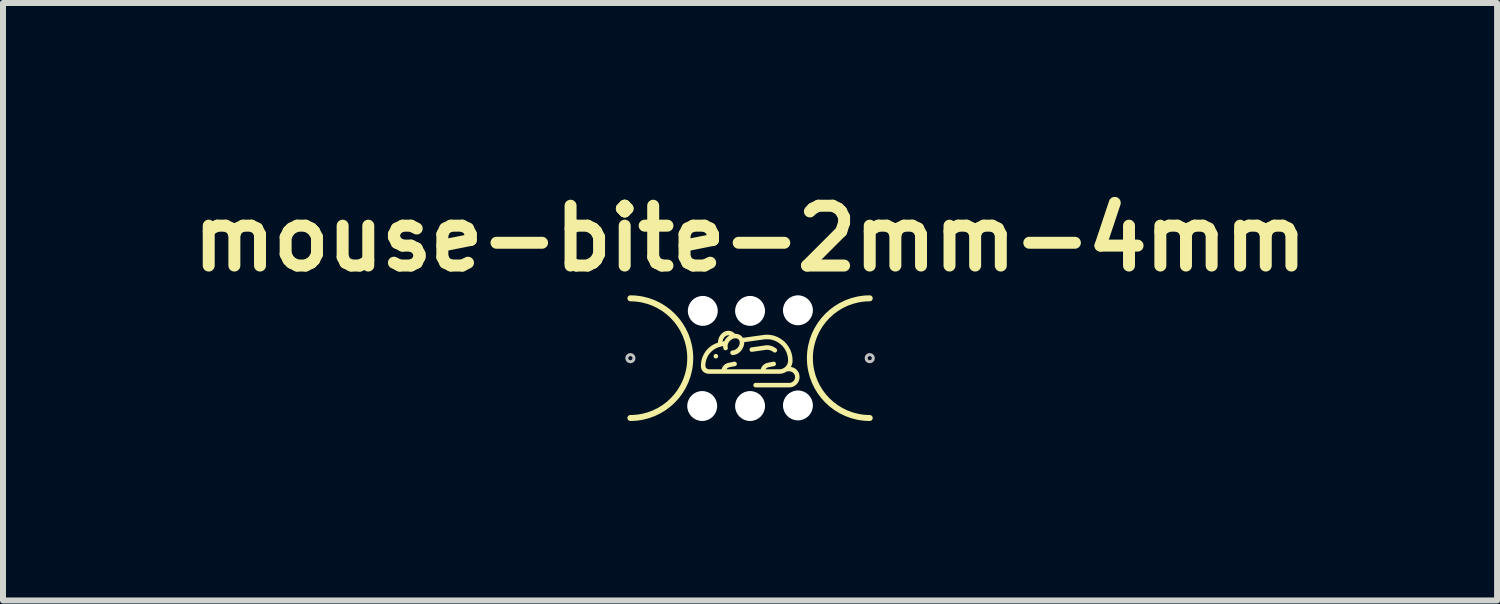
<source format=kicad_pcb>
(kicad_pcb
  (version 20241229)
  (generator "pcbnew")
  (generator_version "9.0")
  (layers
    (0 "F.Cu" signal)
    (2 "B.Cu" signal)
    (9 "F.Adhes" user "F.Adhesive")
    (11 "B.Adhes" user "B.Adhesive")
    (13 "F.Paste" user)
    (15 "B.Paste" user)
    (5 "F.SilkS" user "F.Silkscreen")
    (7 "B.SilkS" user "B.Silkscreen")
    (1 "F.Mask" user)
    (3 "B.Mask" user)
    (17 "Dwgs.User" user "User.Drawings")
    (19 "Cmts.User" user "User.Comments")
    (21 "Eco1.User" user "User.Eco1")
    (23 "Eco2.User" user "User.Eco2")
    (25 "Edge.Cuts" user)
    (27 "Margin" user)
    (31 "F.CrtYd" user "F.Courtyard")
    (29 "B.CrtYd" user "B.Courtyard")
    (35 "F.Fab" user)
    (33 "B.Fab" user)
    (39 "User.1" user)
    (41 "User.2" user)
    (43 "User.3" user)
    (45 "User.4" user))
  (footprint "mouse-bite-2mm-4mm"
    (layer "F.Cu")
    (at 9.486 2.936)
    (property "Reference" "mouse-bite-2mm-4mm" (at 0 -2 0) (layer "F.SilkS") (effects (font (size 1 1) (thickness 0.2))))
    (attr through_hole)
    (fp_arc (start -2 -1) (mid -1 0) (end -2 1) (stroke (width 0.1) (type solid)) (layer "F.SilkS"))
    (fp_arc (start 2 1) (mid 1 0) (end 2 -1) (stroke (width 0.1) (type solid)) (layer "F.SilkS"))
    (fp_poly (pts (xy -0.57 -0.07) (xy -0.568 -0.07) (xy -0.566 -0.07) (xy -0.564 -0.069) (xy -0.563 -0.069) (xy -0.561 -0.068) (xy -0.559 -0.068) (xy -0.557 -0.067) (xy -0.556 -0.066) (xy -0.554 -0.066) (xy -0.552 -0.065) (xy -0.551 -0.064) (xy -0.549 -0.063) (xy -0.548 -0.061) (xy -0.547 -0.06) (xy -0.545 -0.059) (xy -0.544 -0.058) (xy -0.543 -0.056) (xy -0.542 -0.055) (xy -0.541 -0.053) (xy -0.54 -0.052) (xy -0.539 -0.05) (xy -0.538 -0.049) (xy -0.537 -0.047) (xy -0.537 -0.045) (xy -0.536 -0.044) (xy -0.536 -0.042) (xy -0.535 -0.04) (xy -0.535 -0.038) (xy -0.535 -0.036) (xy -0.534 -0.034) (xy -0.534 -0.032) (xy -0.534 -0.031) (xy -0.535 -0.029) (xy -0.535 -0.027) (xy -0.535 -0.025) (xy -0.536 -0.023) (xy -0.536 -0.021) (xy -0.537 -0.02) (xy -0.537 -0.018) (xy -0.538 -0.016) (xy -0.539 -0.015) (xy -0.54 -0.013) (xy -0.541 -0.011) (xy -0.542 -0.01) (xy -0.543 -0.009) (xy -0.544 -0.007) (xy -0.545 -0.006) (xy -0.547 -0.005) (xy -0.548 -0.003) (xy -0.549 -0.002) (xy -0.551 -0.001) (xy -0.552 -0.000302) (xy -0.554 0.001) (xy -0.556 0.001) (xy -0.557 0.002) (xy -0.559 0.003) (xy -0.561 0.003) (xy -0.563 0.004) (xy -0.564 0.004) (xy -0.566 0.005) (xy -0.568 0.005) (xy -0.57 0.005) (xy -0.572 0.005) (xy -0.574 0.005) (xy -0.576 0.005) (xy -0.578 0.005) (xy -0.58 0.004) (xy -0.581 0.004) (xy -0.583 0.003) (xy -0.585 0.003) (xy -0.587 0.002) (xy -0.588 0.001) (xy -0.59 0.001) (xy -0.591 -0.000302) (xy -0.593 -0.001) (xy -0.594 -0.002) (xy -0.596 -0.003) (xy -0.597 -0.005) (xy -0.599 -0.006) (xy -0.6 -0.007) (xy -0.601 -0.009) (xy -0.602 -0.01) (xy -0.603 -0.011) (xy -0.604 -0.013) (xy -0.605 -0.015) (xy -0.606 -0.016) (xy -0.607 -0.018) (xy -0.607 -0.02) (xy -0.608 -0.021) (xy -0.608 -0.023) (xy -0.609 -0.025) (xy -0.609 -0.027) (xy -0.609 -0.029) (xy -0.609 -0.031) (xy -0.61 -0.032) (xy -0.609 -0.034) (xy -0.609 -0.036) (xy -0.609 -0.038) (xy -0.609 -0.04) (xy -0.608 -0.042) (xy -0.608 -0.044) (xy -0.607 -0.045) (xy -0.607 -0.047) (xy -0.606 -0.049) (xy -0.605 -0.05) (xy -0.604 -0.052) (xy -0.603 -0.053) (xy -0.602 -0.055) (xy -0.601 -0.056) (xy -0.6 -0.058) (xy -0.599 -0.059) (xy -0.597 -0.06) (xy -0.596 -0.061) (xy -0.594 -0.063) (xy -0.593 -0.064) (xy -0.591 -0.065) (xy -0.59 -0.066) (xy -0.588 -0.066) (xy -0.587 -0.067) (xy -0.585 -0.068) (xy -0.583 -0.068) (xy -0.581 -0.069) (xy -0.58 -0.069) (xy -0.578 -0.07) (xy -0.576 -0.07) (xy -0.574 -0.07) (xy -0.572 -0.07)) (stroke (width -0.000001) (type solid)) (fill yes) (layer "F.SilkS"))
    (fp_poly (pts (xy 0.288 -0.215) (xy 0.296 -0.215) (xy 0.303 -0.214) (xy 0.31 -0.214) (xy 0.316 -0.213) (xy 0.323 -0.212) (xy 0.33 -0.211) (xy 0.337 -0.209) (xy 0.343 -0.208) (xy 0.35 -0.206) (xy 0.356 -0.204) (xy 0.362 -0.202) (xy 0.367 -0.2) (xy 0.373 -0.198) (xy 0.378 -0.196) (xy 0.383 -0.194) (xy 0.388 -0.191) (xy 0.394 -0.189) (xy 0.399 -0.186) (xy 0.404 -0.183) (xy 0.409 -0.18) (xy 0.414 -0.177) (xy 0.418 -0.174) (xy 0.423 -0.171) (xy 0.428 -0.168) (xy 0.432 -0.164) (xy 0.437 -0.161) (xy 0.439 -0.16) (xy 0.44 -0.158) (xy 0.441 -0.157) (xy 0.443 -0.156) (xy 0.444 -0.154) (xy 0.445 -0.153) (xy 0.446 -0.151) (xy 0.447 -0.149) (xy 0.448 -0.148) (xy 0.448 -0.146) (xy 0.449 -0.144) (xy 0.45 -0.143) (xy 0.45 -0.141) (xy 0.451 -0.139) (xy 0.451 -0.138) (xy 0.451 -0.136) (xy 0.451 -0.134) (xy 0.451 -0.132) (xy 0.451 -0.13) (xy 0.451 -0.129) (xy 0.451 -0.127) (xy 0.451 -0.125) (xy 0.45 -0.123) (xy 0.45 -0.121) (xy 0.449 -0.12) (xy 0.449 -0.118) (xy 0.448 -0.116) (xy 0.447 -0.114) (xy 0.446 -0.113) (xy 0.445 -0.111) (xy 0.444 -0.11) (xy 0.443 -0.108) (xy 0.442 -0.106) (xy 0.44 -0.105) (xy 0.439 -0.103) (xy 0.437 -0.102) (xy 0.435 -0.101) (xy 0.434 -0.099) (xy 0.432 -0.098) (xy 0.43 -0.097) (xy 0.428 -0.097) (xy 0.426 -0.096) (xy 0.424 -0.095) (xy 0.422 -0.095) (xy 0.42 -0.094) (xy 0.418 -0.094) (xy 0.416 -0.094) (xy 0.414 -0.094) (xy 0.412 -0.094) (xy 0.41 -0.094) (xy 0.408 -0.094) (xy 0.406 -0.094) (xy 0.405 -0.095) (xy 0.403 -0.095) (xy 0.402 -0.095) (xy 0.4 -0.096) (xy 0.399 -0.096) (xy 0.398 -0.097) (xy 0.396 -0.098) (xy 0.395 -0.098) (xy 0.394 -0.099) (xy 0.393 -0.1) (xy 0.392 -0.101) (xy 0.39 -0.102) (xy 0.387 -0.104) (xy 0.384 -0.107) (xy 0.38 -0.109) (xy 0.377 -0.111) (xy 0.374 -0.114) (xy 0.37 -0.116) (xy 0.367 -0.118) (xy 0.363 -0.12) (xy 0.36 -0.121) (xy 0.356 -0.123) (xy 0.352 -0.125) (xy 0.349 -0.127) (xy 0.345 -0.128) (xy 0.341 -0.13) (xy 0.337 -0.131) (xy 0.333 -0.132) (xy 0.33 -0.133) (xy 0.327 -0.134) (xy 0.324 -0.135) (xy 0.321 -0.136) (xy 0.315 -0.137) (xy 0.309 -0.138) (xy 0.303 -0.139) (xy 0.296 -0.139) (xy 0.289 -0.14) (xy 0.283 -0.14) (xy 0.277 -0.14) (xy 0.272 -0.14) (xy 0.269 -0.139) (xy 0.266 -0.139) (xy 0.263 -0.139) (xy 0.261 -0.139) (xy 0.255 -0.138) (xy 0.034 -0.106) (xy 0.032 -0.106) (xy 0.03 -0.105) (xy 0.029 -0.105) (xy 0.027 -0.105) (xy 0.025 -0.106) (xy 0.023 -0.106) (xy 0.021 -0.106) (xy 0.019 -0.107) (xy 0.018 -0.107) (xy 0.016 -0.108) (xy 0.014 -0.108) (xy 0.013 -0.109) (xy 0.011 -0.11) (xy 0.009 -0.111) (xy 0.008 -0.112) (xy 0.006 -0.113) (xy 0.005 -0.114) (xy 0.004 -0.115) (xy 0.002 -0.116) (xy 0.001 -0.118) (xy -0.000171 -0.119) (xy -0.001 -0.121) (xy -0.002 -0.122) (xy -0.003 -0.124) (xy -0.004 -0.125) (xy -0.005 -0.127) (xy -0.006 -0.129) (xy -0.007 -0.13) (xy -0.007 -0.132) (xy -0.008 -0.134) (xy -0.008 -0.136) (xy -0.008 -0.138) (xy -0.009 -0.14) (xy -0.009 -0.141) (xy -0.009 -0.143) (xy -0.009 -0.145) (xy -0.009 -0.147) (xy -0.008 -0.149) (xy -0.008 -0.151) (xy -0.008 -0.153) (xy -0.007 -0.154) (xy -0.006 -0.156) (xy -0.006 -0.158) (xy -0.005 -0.159) (xy -0.004 -0.161) (xy -0.003 -0.163) (xy -0.002 -0.164) (xy -0.001 -0.166) (xy -0.000122 -0.167) (xy 0.001 -0.168) (xy 0.002 -0.17) (xy 0.004 -0.171) (xy 0.005 -0.172) (xy 0.006 -0.173) (xy 0.008 -0.174) (xy 0.009 -0.175) (xy 0.011 -0.176) (xy 0.013 -0.177) (xy 0.014 -0.178) (xy 0.016 -0.178) (xy 0.018 -0.179) (xy 0.02 -0.18) (xy 0.022 -0.18) (xy 0.024 -0.18) (xy 0.245 -0.212) (xy 0.252 -0.213) (xy 0.26 -0.214) (xy 0.267 -0.215) (xy 0.274 -0.215) (xy 0.281 -0.215)) (stroke (width -0.000001) (type solid)) (fill yes) (layer "F.SilkS"))
    (fp_poly (pts (xy -0.35 -0.457) (xy -0.342 -0.456) (xy -0.335 -0.455) (xy -0.329 -0.454) (xy -0.323 -0.452) (xy -0.317 -0.45) (xy -0.311 -0.448) (xy -0.305 -0.445) (xy -0.299 -0.443) (xy -0.293 -0.44) (xy -0.288 -0.436) (xy -0.282 -0.433) (xy -0.277 -0.429) (xy -0.272 -0.425) (xy -0.267 -0.421) (xy -0.262 -0.417) (xy -0.257 -0.412) (xy -0.253 -0.407) (xy -0.246 -0.407) (xy -0.24 -0.407) (xy -0.234 -0.407) (xy -0.228 -0.406) (xy -0.222 -0.405) (xy -0.216 -0.404) (xy -0.21 -0.403) (xy -0.204 -0.402) (xy -0.198 -0.4) (xy -0.192 -0.398) (xy -0.187 -0.396) (xy -0.181 -0.393) (xy -0.176 -0.391) (xy -0.17 -0.388) (xy -0.165 -0.385) (xy -0.16 -0.382) (xy -0.157 -0.379) (xy -0.154 -0.377) (xy -0.151 -0.375) (xy -0.149 -0.373) (xy -0.146 -0.37) (xy -0.143 -0.368) (xy -0.14 -0.365) (xy -0.138 -0.363) (xy -0.135 -0.36) (xy -0.133 -0.357) (xy -0.131 -0.354) (xy -0.128 -0.352) (xy -0.126 -0.349) (xy -0.124 -0.346) (xy -0.122 -0.343) (xy -0.12 -0.34) (xy 0.221 -0.387) (xy 0.233 -0.389) (xy 0.245 -0.39) (xy 0.257 -0.391) (xy 0.269 -0.391) (xy 0.281 -0.392) (xy 0.293 -0.392) (xy 0.305 -0.391) (xy 0.317 -0.39) (xy 0.329 -0.389) (xy 0.341 -0.388) (xy 0.353 -0.386) (xy 0.365 -0.384) (xy 0.376 -0.381) (xy 0.388 -0.379) (xy 0.399 -0.376) (xy 0.41 -0.372) (xy 0.443 -0.36) (xy 0.474 -0.346) (xy 0.504 -0.329) (xy 0.532 -0.31) (xy 0.559 -0.289) (xy 0.584 -0.267) (xy 0.606 -0.242) (xy 0.627 -0.216) (xy 0.646 -0.188) (xy 0.662 -0.159) (xy 0.677 -0.129) (xy 0.688 -0.097) (xy 0.698 -0.065) (xy 0.705 -0.031) (xy 0.709 0.003) (xy 0.71 0.038) (xy 0.71 0.046) (xy 0.71 0.053) (xy 0.709 0.06) (xy 0.709 0.067) (xy 0.708 0.074) (xy 0.706 0.081) (xy 0.705 0.088) (xy 0.703 0.095) (xy 0.701 0.102) (xy 0.699 0.109) (xy 0.697 0.115) (xy 0.694 0.122) (xy 0.691 0.128) (xy 0.689 0.135) (xy 0.685 0.141) (xy 0.682 0.147) (xy 0.697 0.15) (xy 0.712 0.154) (xy 0.726 0.159) (xy 0.739 0.166) (xy 0.746 0.169) (xy 0.752 0.173) (xy 0.758 0.177) (xy 0.764 0.181) (xy 0.769 0.186) (xy 0.775 0.191) (xy 0.78 0.196) (xy 0.785 0.201) (xy 0.79 0.207) (xy 0.794 0.213) (xy 0.798 0.219) (xy 0.802 0.225) (xy 0.806 0.231) (xy 0.81 0.238) (xy 0.813 0.245) (xy 0.816 0.252) (xy 0.818 0.259) (xy 0.82 0.267) (xy 0.822 0.275) (xy 0.824 0.283) (xy 0.825 0.291) (xy 0.826 0.299) (xy 0.826 0.308) (xy 0.827 0.317) (xy 0.826 0.326) (xy 0.826 0.334) (xy 0.825 0.343) (xy 0.823 0.351) (xy 0.821 0.36) (xy 0.819 0.368) (xy 0.816 0.376) (xy 0.813 0.384) (xy 0.81 0.391) (xy 0.806 0.399) (xy 0.802 0.406) (xy 0.797 0.413) (xy 0.792 0.419) (xy 0.787 0.426) (xy 0.782 0.432) (xy 0.776 0.438) (xy 0.77 0.444) (xy 0.764 0.449) (xy 0.757 0.454) (xy 0.751 0.459) (xy 0.744 0.464) (xy 0.737 0.468) (xy 0.729 0.472) (xy 0.722 0.475) (xy 0.714 0.478) (xy 0.706 0.481) (xy 0.698 0.483) (xy 0.689 0.485) (xy 0.681 0.487) (xy 0.672 0.488) (xy 0.664 0.488) (xy 0.655 0.489) (xy 0.093 0.489) (xy 0.091 0.488) (xy 0.089 0.488) (xy 0.087 0.488) (xy 0.085 0.488) (xy 0.083 0.487) (xy 0.082 0.487) (xy 0.08 0.486) (xy 0.078 0.486) (xy 0.076 0.485) (xy 0.075 0.484) (xy 0.073 0.483) (xy 0.072 0.482) (xy 0.07 0.481) (xy 0.069 0.48) (xy 0.068 0.479) (xy 0.066 0.478) (xy 0.065 0.476) (xy 0.064 0.475) (xy 0.063 0.473) (xy 0.062 0.472) (xy 0.061 0.47) (xy 0.06 0.469) (xy 0.059 0.467) (xy 0.058 0.466) (xy 0.057 0.464) (xy 0.057 0.462) (xy 0.056 0.46) (xy 0.056 0.459) (xy 0.056 0.457) (xy 0.055 0.455) (xy 0.055 0.453) (xy 0.055 0.451) (xy 0.055 0.449) (xy 0.055 0.447) (xy 0.056 0.445) (xy 0.056 0.443) (xy 0.056 0.442) (xy 0.057 0.44) (xy 0.057 0.438) (xy 0.058 0.436) (xy 0.059 0.435) (xy 0.06 0.433) (xy 0.061 0.431) (xy 0.062 0.43) (xy 0.063 0.428) (xy 0.064 0.427) (xy 0.065 0.426) (xy 0.066 0.424) (xy 0.068 0.423) (xy 0.069 0.422) (xy 0.07 0.421) (xy 0.072 0.42) (xy 0.073 0.419) (xy 0.075 0.418) (xy 0.076 0.417) (xy 0.078 0.416) (xy 0.08 0.416) (xy 0.082 0.415) (xy 0.083 0.415) (xy 0.085 0.414) (xy 0.087 0.414) (xy 0.089 0.414) (xy 0.091 0.413) (xy 0.093 0.413) (xy 0.655 0.413) (xy 0.66 0.413) (xy 0.665 0.413) (xy 0.67 0.412) (xy 0.674 0.411) (xy 0.679 0.41) (xy 0.684 0.409) (xy 0.688 0.407) (xy 0.692 0.406) (xy 0.697 0.404) (xy 0.701 0.402) (xy 0.705 0.399) (xy 0.709 0.397) (xy 0.713 0.394) (xy 0.716 0.391) (xy 0.72 0.388) (xy 0.723 0.385) (xy 0.726 0.382) (xy 0.729 0.378) (xy 0.732 0.374) (xy 0.735 0.371) (xy 0.738 0.367) (xy 0.74 0.363) (xy 0.742 0.359) (xy 0.744 0.354) (xy 0.746 0.35) (xy 0.747 0.345) (xy 0.749 0.341) (xy 0.75 0.336) (xy 0.75 0.331) (xy 0.751 0.327) (xy 0.751 0.322) (xy 0.752 0.317) (xy 0.751 0.312) (xy 0.751 0.307) (xy 0.75 0.302) (xy 0.75 0.297) (xy 0.749 0.293) (xy 0.747 0.288) (xy 0.746 0.283) (xy 0.744 0.279) (xy 0.742 0.275) (xy 0.74 0.271) (xy 0.738 0.267) (xy 0.735 0.263) (xy 0.732 0.259) (xy 0.729 0.255) (xy 0.726 0.252) (xy 0.723 0.248) (xy 0.72 0.245) (xy 0.716 0.242) (xy 0.713 0.239) (xy 0.709 0.237) (xy 0.705 0.234) (xy 0.701 0.232) (xy 0.697 0.23) (xy 0.692 0.228) (xy 0.688 0.226) (xy 0.684 0.224) (xy 0.679 0.223) (xy 0.674 0.222) (xy 0.67 0.221) (xy 0.665 0.22) (xy 0.66 0.22) (xy 0.655 0.22) (xy 0.617 0.22) (xy 0.61 0.225) (xy 0.603 0.229) (xy 0.595 0.233) (xy 0.588 0.237) (xy 0.58 0.241) (xy 0.573 0.244) (xy 0.565 0.247) (xy 0.557 0.25) (xy 0.548 0.253) (xy 0.54 0.255) (xy 0.532 0.257) (xy 0.523 0.258) (xy 0.514 0.26) (xy 0.506 0.26) (xy 0.497 0.261) (xy 0.488 0.261) (xy -0.685 0.261) (xy -0.699 0.261) (xy -0.706 0.26) (xy -0.713 0.259) (xy -0.719 0.258) (xy -0.726 0.256) (xy -0.732 0.255) (xy -0.738 0.253) (xy -0.744 0.25) (xy -0.75 0.248) (xy -0.756 0.245) (xy -0.761 0.242) (xy -0.767 0.238) (xy -0.772 0.235) (xy -0.777 0.231) (xy -0.781 0.227) (xy -0.786 0.222) (xy -0.79 0.218) (xy -0.794 0.213) (xy -0.798 0.208) (xy -0.802 0.202) (xy -0.805 0.197) (xy -0.808 0.191) (xy -0.811 0.184) (xy -0.813 0.178) (xy -0.815 0.171) (xy -0.817 0.164) (xy -0.819 0.157) (xy -0.82 0.149) (xy -0.821 0.141) (xy -0.821 0.133) (xy -0.821 0.125) (xy -0.746 0.125) (xy -0.746 0.128) (xy -0.746 0.131) (xy -0.746 0.134) (xy -0.745 0.137) (xy -0.744 0.14) (xy -0.743 0.143) (xy -0.743 0.146) (xy -0.741 0.149) (xy -0.74 0.152) (xy -0.739 0.154) (xy -0.737 0.157) (xy -0.736 0.159) (xy -0.734 0.162) (xy -0.732 0.164) (xy -0.73 0.166) (xy -0.728 0.168) (xy -0.726 0.17) (xy -0.724 0.172) (xy -0.722 0.174) (xy -0.719 0.176) (xy -0.717 0.177) (xy -0.714 0.179) (xy -0.712 0.18) (xy -0.709 0.181) (xy -0.706 0.182) (xy -0.703 0.183) (xy -0.7 0.184) (xy -0.698 0.185) (xy -0.695 0.185) (xy -0.691 0.186) (xy -0.688 0.186) (xy -0.685 0.186) (xy -0.475 0.186) (xy -0.472 0.176) (xy -0.469 0.167) (xy -0.465 0.157) (xy -0.46 0.148) (xy -0.454 0.14) (xy -0.448 0.132) (xy -0.441 0.124) (xy -0.434 0.116) (xy -0.427 0.11) (xy -0.418 0.103) (xy -0.41 0.098) (xy -0.401 0.093) (xy -0.392 0.088) (xy -0.382 0.084) (xy -0.372 0.081) (xy -0.361 0.078) (xy -0.266 0.059) (xy -0.264 0.059) (xy -0.262 0.059) (xy -0.26 0.059) (xy -0.258 0.059) (xy -0.257 0.059) (xy -0.255 0.059) (xy -0.253 0.059) (xy -0.251 0.059) (xy -0.249 0.06) (xy -0.247 0.06) (xy -0.246 0.061) (xy -0.244 0.062) (xy -0.242 0.062) (xy -0.241 0.063) (xy -0.239 0.064) (xy -0.238 0.065) (xy -0.236 0.066) (xy -0.235 0.067) (xy -0.233 0.068) (xy -0.232 0.07) (xy -0.231 0.071) (xy -0.23 0.072) (xy -0.229 0.074) (xy -0.227 0.075) (xy -0.226 0.077) (xy -0.226 0.078) (xy -0.225 0.08) (xy -0.224 0.082) (xy -0.223 0.083) (xy -0.223 0.085) (xy -0.222 0.087) (xy -0.222 0.089) (xy -0.221 0.091) (xy -0.221 0.093) (xy -0.221 0.095) (xy -0.221 0.096) (xy -0.221 0.098) (xy -0.221 0.1) (xy -0.221 0.102) (xy -0.222 0.104) (xy -0.222 0.106) (xy -0.223 0.107) (xy -0.223 0.109) (xy -0.224 0.111) (xy -0.225 0.112) (xy -0.225 0.114) (xy -0.226 0.116) (xy -0.227 0.117) (xy -0.228 0.119) (xy -0.229 0.12) (xy -0.231 0.121) (xy -0.232 0.123) (xy -0.233 0.124) (xy -0.234 0.125) (xy -0.236 0.126) (xy -0.237 0.127) (xy -0.239 0.128) (xy -0.241 0.129) (xy -0.242 0.13) (xy -0.244 0.131) (xy -0.246 0.132) (xy -0.247 0.132) (xy -0.249 0.133) (xy -0.251 0.133) (xy -0.347 0.152) (xy -0.35 0.153) (xy -0.354 0.154) (xy -0.358 0.155) (xy -0.361 0.157) (xy -0.365 0.158) (xy -0.368 0.16) (xy -0.371 0.162) (xy -0.374 0.164) (xy -0.377 0.167) (xy -0.38 0.169) (xy -0.383 0.172) (xy -0.386 0.174) (xy -0.388 0.177) (xy -0.39 0.18) (xy -0.393 0.183) (xy -0.395 0.186) (xy 0.178 0.186) (xy 0.181 0.176) (xy 0.185 0.167) (xy 0.189 0.157) (xy 0.194 0.148) (xy 0.2 0.14) (xy 0.206 0.132) (xy 0.212 0.124) (xy 0.22 0.116) (xy 0.227 0.11) (xy 0.235 0.103) (xy 0.244 0.098) (xy 0.253 0.093) (xy 0.262 0.088) (xy 0.272 0.084) (xy 0.282 0.081) (xy 0.292 0.078) (xy 0.388 0.059) (xy 0.39 0.059) (xy 0.392 0.059) (xy 0.394 0.059) (xy 0.395 0.059) (xy 0.397 0.059) (xy 0.399 0.059) (xy 0.401 0.059) (xy 0.403 0.059) (xy 0.405 0.06) (xy 0.406 0.06) (xy 0.408 0.061) (xy 0.41 0.062) (xy 0.411 0.062) (xy 0.413 0.063) (xy 0.415 0.064) (xy 0.416 0.065) (xy 0.418 0.066) (xy 0.419 0.067) (xy 0.42 0.068) (xy 0.422 0.07) (xy 0.423 0.071) (xy 0.424 0.072) (xy 0.425 0.074) (xy 0.426 0.075) (xy 0.427 0.077) (xy 0.428 0.078) (xy 0.429 0.08) (xy 0.43 0.082) (xy 0.431 0.083) (xy 0.431 0.085) (xy 0.432 0.087) (xy 0.432 0.089) (xy 0.432 0.091) (xy 0.433 0.093) (xy 0.433 0.095) (xy 0.433 0.096) (xy 0.433 0.098) (xy 0.433 0.1) (xy 0.432 0.102) (xy 0.432 0.104) (xy 0.432 0.106) (xy 0.431 0.107) (xy 0.431 0.109) (xy 0.43 0.111) (xy 0.429 0.112) (xy 0.428 0.114) (xy 0.427 0.116) (xy 0.427 0.117) (xy 0.425 0.119) (xy 0.424 0.12) (xy 0.423 0.121) (xy 0.422 0.123) (xy 0.421 0.124) (xy 0.419 0.125) (xy 0.418 0.126) (xy 0.416 0.127) (xy 0.415 0.128) (xy 0.413 0.129) (xy 0.412 0.13) (xy 0.41 0.131) (xy 0.408 0.132) (xy 0.406 0.132) (xy 0.405 0.133) (xy 0.403 0.133) (xy 0.307 0.152) (xy 0.303 0.153) (xy 0.3 0.154) (xy 0.296 0.155) (xy 0.293 0.157) (xy 0.289 0.158) (xy 0.286 0.16) (xy 0.282 0.162) (xy 0.279 0.164) (xy 0.276 0.167) (xy 0.273 0.169) (xy 0.271 0.172) (xy 0.268 0.174) (xy 0.266 0.177) (xy 0.263 0.18) (xy 0.261 0.183) (xy 0.259 0.186) (xy 0.488 0.186) (xy 0.495 0.186) (xy 0.503 0.185) (xy 0.51 0.184) (xy 0.518 0.183) (xy 0.525 0.181) (xy 0.532 0.179) (xy 0.538 0.177) (xy 0.545 0.174) (xy 0.552 0.172) (xy 0.558 0.168) (xy 0.564 0.165) (xy 0.57 0.161) (xy 0.576 0.157) (xy 0.582 0.152) (xy 0.587 0.148) (xy 0.592 0.143) (xy 0.597 0.138) (xy 0.602 0.132) (xy 0.606 0.127) (xy 0.61 0.121) (xy 0.614 0.115) (xy 0.618 0.109) (xy 0.621 0.102) (xy 0.624 0.096) (xy 0.626 0.089) (xy 0.629 0.082) (xy 0.631 0.075) (xy 0.632 0.068) (xy 0.634 0.061) (xy 0.635 0.054) (xy 0.635 0.046) (xy 0.635 0.038) (xy 0.635 0.024) (xy 0.634 0.01) (xy 0.633 -0.005) (xy 0.631 -0.019) (xy 0.628 -0.033) (xy 0.625 -0.046) (xy 0.621 -0.06) (xy 0.617 -0.073) (xy 0.613 -0.086) (xy 0.607 -0.099) (xy 0.602 -0.112) (xy 0.596 -0.124) (xy 0.589 -0.137) (xy 0.582 -0.149) (xy 0.575 -0.16) (xy 0.567 -0.171) (xy 0.558 -0.182) (xy 0.549 -0.193) (xy 0.54 -0.203) (xy 0.531 -0.213) (xy 0.521 -0.223) (xy 0.51 -0.232) (xy 0.499 -0.241) (xy 0.488 -0.249) (xy 0.477 -0.257) (xy 0.465 -0.265) (xy 0.453 -0.272) (xy 0.44 -0.279) (xy 0.428 -0.285) (xy 0.414 -0.291) (xy 0.401 -0.296) (xy 0.387 -0.3) (xy 0.378 -0.303) (xy 0.369 -0.306) (xy 0.359 -0.308) (xy 0.35 -0.31) (xy 0.34 -0.312) (xy 0.331 -0.313) (xy 0.321 -0.314) (xy 0.311 -0.315) (xy 0.301 -0.316) (xy 0.291 -0.316) (xy 0.281 -0.316) (xy 0.271 -0.316) (xy 0.261 -0.316) (xy 0.251 -0.315) (xy 0.241 -0.314) (xy 0.231 -0.313) (xy -0.098 -0.267) (xy -0.098 -0.258) (xy -0.098 -0.25) (xy -0.099 -0.242) (xy -0.1 -0.233) (xy -0.101 -0.225) (xy -0.103 -0.217) (xy -0.106 -0.208) (xy -0.108 -0.2) (xy -0.111 -0.192) (xy -0.115 -0.184) (xy -0.118 -0.176) (xy -0.122 -0.168) (xy -0.127 -0.16) (xy -0.131 -0.152) (xy -0.136 -0.144) (xy -0.141 -0.137) (xy -0.147 -0.129) (xy -0.152 -0.122) (xy -0.158 -0.116) (xy -0.163 -0.109) (xy -0.169 -0.104) (xy -0.175 -0.099) (xy -0.181 -0.094) (xy -0.186 -0.089) (xy -0.192 -0.085) (xy -0.198 -0.081) (xy -0.204 -0.077) (xy -0.209 -0.074) (xy -0.215 -0.071) (xy -0.221 -0.069) (xy -0.226 -0.066) (xy -0.231 -0.064) (xy -0.242 -0.061) (xy -0.252 -0.058) (xy -0.261 -0.056) (xy -0.269 -0.055) (xy -0.277 -0.054) (xy -0.284 -0.053) (xy -0.293 -0.053) (xy -0.295 -0.053) (xy -0.297 -0.053) (xy -0.299 -0.053) (xy -0.301 -0.054) (xy -0.302 -0.054) (xy -0.304 -0.055) (xy -0.306 -0.055) (xy -0.307 -0.056) (xy -0.309 -0.056) (xy -0.31 -0.057) (xy -0.312 -0.058) (xy -0.313 -0.059) (xy -0.315 -0.06) (xy -0.316 -0.061) (xy -0.318 -0.062) (xy -0.319 -0.063) (xy -0.32 -0.064) (xy -0.321 -0.066) (xy -0.322 -0.067) (xy -0.323 -0.068) (xy -0.324 -0.07) (xy -0.325 -0.071) (xy -0.326 -0.073) (xy -0.327 -0.074) (xy -0.328 -0.076) (xy -0.328 -0.077) (xy -0.329 -0.079) (xy -0.33 -0.081) (xy -0.33 -0.083) (xy -0.33 -0.084) (xy -0.331 -0.086) (xy -0.331 -0.088) (xy -0.331 -0.09) (xy -0.331 -0.092) (xy -0.331 -0.094) (xy -0.331 -0.096) (xy -0.33 -0.097) (xy -0.33 -0.099) (xy -0.329 -0.101) (xy -0.329 -0.103) (xy -0.328 -0.105) (xy -0.328 -0.106) (xy -0.327 -0.108) (xy -0.326 -0.109) (xy -0.325 -0.111) (xy -0.324 -0.112) (xy -0.323 -0.114) (xy -0.322 -0.115) (xy -0.321 -0.117) (xy -0.319 -0.118) (xy -0.318 -0.119) (xy -0.316 -0.12) (xy -0.315 -0.121) (xy -0.314 -0.122) (xy -0.312 -0.123) (xy -0.31 -0.124) (xy -0.309 -0.125) (xy -0.307 -0.126) (xy -0.305 -0.126) (xy -0.303 -0.127) (xy -0.302 -0.127) (xy -0.3 -0.128) (xy -0.298 -0.128) (xy -0.296 -0.128) (xy -0.289 -0.129) (xy -0.283 -0.13) (xy -0.276 -0.131) (xy -0.27 -0.133) (xy -0.263 -0.136) (xy -0.257 -0.138) (xy -0.251 -0.141) (xy -0.245 -0.145) (xy -0.238 -0.148) (xy -0.233 -0.152) (xy -0.227 -0.157) (xy -0.221 -0.161) (xy -0.216 -0.166) (xy -0.211 -0.171) (xy -0.206 -0.177) (xy -0.201 -0.183) (xy -0.197 -0.188) (xy -0.193 -0.193) (xy -0.19 -0.199) (xy -0.187 -0.205) (xy -0.184 -0.21) (xy -0.182 -0.216) (xy -0.18 -0.222) (xy -0.178 -0.227) (xy -0.176 -0.233) (xy -0.175 -0.239) (xy -0.174 -0.245) (xy -0.173 -0.25) (xy -0.173 -0.256) (xy -0.173 -0.262) (xy -0.173 -0.267) (xy -0.174 -0.273) (xy -0.175 -0.276) (xy -0.175 -0.278) (xy -0.176 -0.281) (xy -0.177 -0.284) (xy -0.178 -0.287) (xy -0.179 -0.29) (xy -0.18 -0.293) (xy -0.182 -0.297) (xy -0.184 -0.3) (xy -0.186 -0.303) (xy -0.188 -0.306) (xy -0.19 -0.309) (xy -0.193 -0.312) (xy -0.194 -0.313) (xy -0.196 -0.314) (xy -0.197 -0.316) (xy -0.199 -0.317) (xy -0.201 -0.318) (xy -0.202 -0.32) (xy -0.206 -0.322) (xy -0.21 -0.324) (xy -0.214 -0.326) (xy -0.219 -0.328) (xy -0.223 -0.329) (xy -0.227 -0.33) (xy -0.232 -0.331) (xy -0.237 -0.331) (xy -0.241 -0.332) (xy -0.246 -0.332) (xy -0.251 -0.332) (xy -0.256 -0.331) (xy -0.261 -0.331) (xy -0.266 -0.33) (xy -0.271 -0.329) (xy -0.276 -0.327) (xy -0.281 -0.326) (xy -0.286 -0.324) (xy -0.291 -0.322) (xy -0.295 -0.32) (xy -0.3 -0.317) (xy -0.305 -0.315) (xy -0.31 -0.312) (xy -0.314 -0.309) (xy -0.319 -0.306) (xy -0.323 -0.302) (xy -0.328 -0.298) (xy -0.332 -0.295) (xy -0.336 -0.291) (xy -0.34 -0.286) (xy -0.344 -0.282) (xy -0.348 -0.277) (xy -0.352 -0.271) (xy -0.356 -0.265) (xy -0.36 -0.259) (xy -0.363 -0.253) (xy -0.366 -0.247) (xy -0.368 -0.241) (xy -0.37 -0.234) (xy -0.372 -0.228) (xy -0.374 -0.222) (xy -0.375 -0.215) (xy -0.375 -0.209) (xy -0.376 -0.203) (xy -0.376 -0.197) (xy -0.375 -0.191) (xy -0.374 -0.185) (xy -0.373 -0.179) (xy -0.373 -0.177) (xy -0.372 -0.175) (xy -0.372 -0.173) (xy -0.372 -0.172) (xy -0.372 -0.17) (xy -0.372 -0.168) (xy -0.372 -0.166) (xy -0.372 -0.164) (xy -0.372 -0.162) (xy -0.373 -0.161) (xy -0.373 -0.159) (xy -0.374 -0.157) (xy -0.374 -0.155) (xy -0.375 -0.154) (xy -0.376 -0.152) (xy -0.377 -0.151) (xy -0.378 -0.149) (xy -0.379 -0.148) (xy -0.38 -0.146) (xy -0.381 -0.145) (xy -0.382 -0.143) (xy -0.384 -0.142) (xy -0.385 -0.141) (xy -0.386 -0.14) (xy -0.388 -0.139) (xy -0.389 -0.138) (xy -0.391 -0.137) (xy -0.393 -0.136) (xy -0.394 -0.135) (xy -0.396 -0.134) (xy -0.398 -0.134) (xy -0.4 -0.133) (xy -0.402 -0.133) (xy -0.404 -0.132) (xy -0.406 -0.132) (xy -0.407 -0.132) (xy -0.409 -0.132) (xy -0.411 -0.132) (xy -0.413 -0.132) (xy -0.415 -0.132) (xy -0.417 -0.133) (xy -0.418 -0.133) (xy -0.42 -0.134) (xy -0.422 -0.134) (xy -0.424 -0.135) (xy -0.425 -0.136) (xy -0.427 -0.136) (xy -0.428 -0.137) (xy -0.43 -0.138) (xy -0.431 -0.139) (xy -0.433 -0.14) (xy -0.434 -0.141) (xy -0.436 -0.143) (xy -0.437 -0.144) (xy -0.438 -0.145) (xy -0.439 -0.147) (xy -0.44 -0.148) (xy -0.441 -0.15) (xy -0.442 -0.151) (xy -0.443 -0.153) (xy -0.444 -0.155) (xy -0.445 -0.156) (xy -0.445 -0.158) (xy -0.446 -0.16) (xy -0.447 -0.165) (xy -0.448 -0.17) (xy -0.449 -0.176) (xy -0.45 -0.181) (xy -0.45 -0.186) (xy -0.451 -0.192) (xy -0.451 -0.197) (xy -0.451 -0.202) (xy -0.494 -0.192) (xy -0.508 -0.189) (xy -0.521 -0.185) (xy -0.534 -0.18) (xy -0.546 -0.175) (xy -0.559 -0.17) (xy -0.571 -0.164) (xy -0.583 -0.157) (xy -0.595 -0.15) (xy -0.606 -0.143) (xy -0.617 -0.135) (xy -0.628 -0.126) (xy -0.638 -0.117) (xy -0.648 -0.108) (xy -0.658 -0.098) (xy -0.667 -0.088) (xy -0.676 -0.077) (xy -0.684 -0.067) (xy -0.692 -0.055) (xy -0.699 -0.044) (xy -0.706 -0.032) (xy -0.712 -0.02) (xy -0.718 -0.007) (xy -0.723 0.005) (xy -0.728 0.018) (xy -0.732 0.031) (xy -0.736 0.044) (xy -0.739 0.057) (xy -0.742 0.071) (xy -0.744 0.084) (xy -0.745 0.098) (xy -0.746 0.111) (xy -0.746 0.125) (xy -0.821 0.125) (xy -0.821 0.125) (xy -0.821 0.108) (xy -0.82 0.091) (xy -0.818 0.075) (xy -0.816 0.058) (xy -0.813 0.041) (xy -0.809 0.025) (xy -0.804 0.009) (xy -0.799 -0.007) (xy -0.793 -0.023) (xy -0.787 -0.038) (xy -0.779 -0.053) (xy -0.772 -0.068) (xy -0.763 -0.083) (xy -0.754 -0.097) (xy -0.745 -0.111) (xy -0.735 -0.124) (xy -0.725 -0.136) (xy -0.715 -0.147) (xy -0.704 -0.158) (xy -0.693 -0.169) (xy -0.682 -0.179) (xy -0.67 -0.189) (xy -0.658 -0.198) (xy -0.646 -0.207) (xy -0.633 -0.215) (xy -0.62 -0.223) (xy -0.607 -0.23) (xy -0.593 -0.237) (xy -0.579 -0.243) (xy -0.565 -0.249) (xy -0.551 -0.254) (xy -0.536 -0.259) (xy -0.536 -0.263) (xy -0.536 -0.268) (xy -0.536 -0.272) (xy -0.536 -0.277) (xy -0.536 -0.277) (xy -0.46 -0.277) (xy -0.431 -0.284) (xy -0.429 -0.289) (xy -0.426 -0.294) (xy -0.423 -0.299) (xy -0.42 -0.304) (xy -0.417 -0.309) (xy -0.414 -0.314) (xy -0.411 -0.318) (xy -0.407 -0.323) (xy -0.404 -0.327) (xy -0.4 -0.331) (xy -0.397 -0.335) (xy -0.393 -0.339) (xy -0.389 -0.343) (xy -0.386 -0.347) (xy -0.382 -0.351) (xy -0.378 -0.354) (xy -0.374 -0.358) (xy -0.369 -0.361) (xy -0.365 -0.365) (xy -0.361 -0.368) (xy -0.357 -0.371) (xy -0.352 -0.374) (xy -0.348 -0.377) (xy -0.343 -0.379) (xy -0.344 -0.38) (xy -0.346 -0.38) (xy -0.347 -0.38) (xy -0.348 -0.381) (xy -0.349 -0.381) (xy -0.35 -0.381) (xy -0.352 -0.381) (xy -0.353 -0.382) (xy -0.357 -0.382) (xy -0.362 -0.382) (xy -0.366 -0.382) (xy -0.371 -0.382) (xy -0.375 -0.381) (xy -0.38 -0.38) (xy -0.384 -0.379) (xy -0.388 -0.378) (xy -0.393 -0.376) (xy -0.397 -0.374) (xy -0.401 -0.372) (xy -0.405 -0.37) (xy -0.409 -0.367) (xy -0.413 -0.364) (xy -0.417 -0.361) (xy -0.42 -0.358) (xy -0.424 -0.354) (xy -0.427 -0.351) (xy -0.431 -0.347) (xy -0.434 -0.343) (xy -0.437 -0.339) (xy -0.44 -0.334) (xy -0.442 -0.33) (xy -0.445 -0.325) (xy -0.447 -0.32) (xy -0.45 -0.315) (xy -0.452 -0.31) (xy -0.454 -0.304) (xy -0.455 -0.299) (xy -0.457 -0.294) (xy -0.458 -0.288) (xy -0.459 -0.282) (xy -0.459 -0.281) (xy -0.46 -0.28) (xy -0.46 -0.28) (xy -0.46 -0.279) (xy -0.46 -0.279) (xy -0.46 -0.278) (xy -0.46 -0.278) (xy -0.46 -0.278) (xy -0.46 -0.277) (xy -0.536 -0.277) (xy -0.535 -0.281) (xy -0.535 -0.286) (xy -0.534 -0.29) (xy -0.533 -0.295) (xy -0.532 -0.304) (xy -0.529 -0.313) (xy -0.527 -0.322) (xy -0.524 -0.331) (xy -0.521 -0.34) (xy -0.517 -0.349) (xy -0.513 -0.357) (xy -0.509 -0.365) (xy -0.504 -0.372) (xy -0.5 -0.38) (xy -0.494 -0.387) (xy -0.489 -0.394) (xy -0.483 -0.401) (xy -0.477 -0.407) (xy -0.471 -0.413) (xy -0.465 -0.419) (xy -0.458 -0.424) (xy -0.451 -0.429) (xy -0.444 -0.433) (xy -0.437 -0.438) (xy -0.43 -0.442) (xy -0.422 -0.445) (xy -0.415 -0.448) (xy -0.407 -0.451) (xy -0.399 -0.453) (xy -0.391 -0.455) (xy -0.383 -0.456) (xy -0.375 -0.457) (xy -0.367 -0.458) (xy -0.359 -0.458)) (stroke (width -0.000001) (type solid)) (fill yes) (layer "F.SilkS"))
    (fp_circle (center -2 0) (end -2 -0.06) (stroke (width 0.05) (type solid)) (fill no) (layer "Dwgs.User"))
    (fp_circle (center 2 0) (end 2.06 0) (stroke (width 0.05) (type solid)) (fill no) (layer "Dwgs.User"))
    (pad "" np_thru_hole circle (at -0.8 0.8) (size 0.5 0.5) (drill 0.5) (layers "*.Cu" "*.Mask"))
    (pad "" np_thru_hole circle (at -0.79 -0.79) (size 0.5 0.5) (drill 0.5) (layers "*.Cu" "*.Mask"))
    (pad "" np_thru_hole circle (at 0 -0.79) (size 0.5 0.5) (drill 0.5) (layers "*.Cu" "*.Mask"))
    (pad "" np_thru_hole circle (at 0 0.8) (size 0.5 0.5) (drill 0.5) (layers "*.Cu" "*.Mask"))
    (pad "" np_thru_hole circle (at 0.8 -0.8) (size 0.5 0.5) (drill 0.5) (layers "*.Cu" "*.Mask"))
    (pad "" np_thru_hole circle (at 0.8 0.79) (size 0.5 0.5) (drill 0.5) (layers "*.Cu" "*.Mask")))
  (gr_rect
    (start -3 -3)
    (end 21.971 6.986)
    (stroke (width 0.1) (type default))
    (fill no)
    (layer "Edge.Cuts")))
</source>
